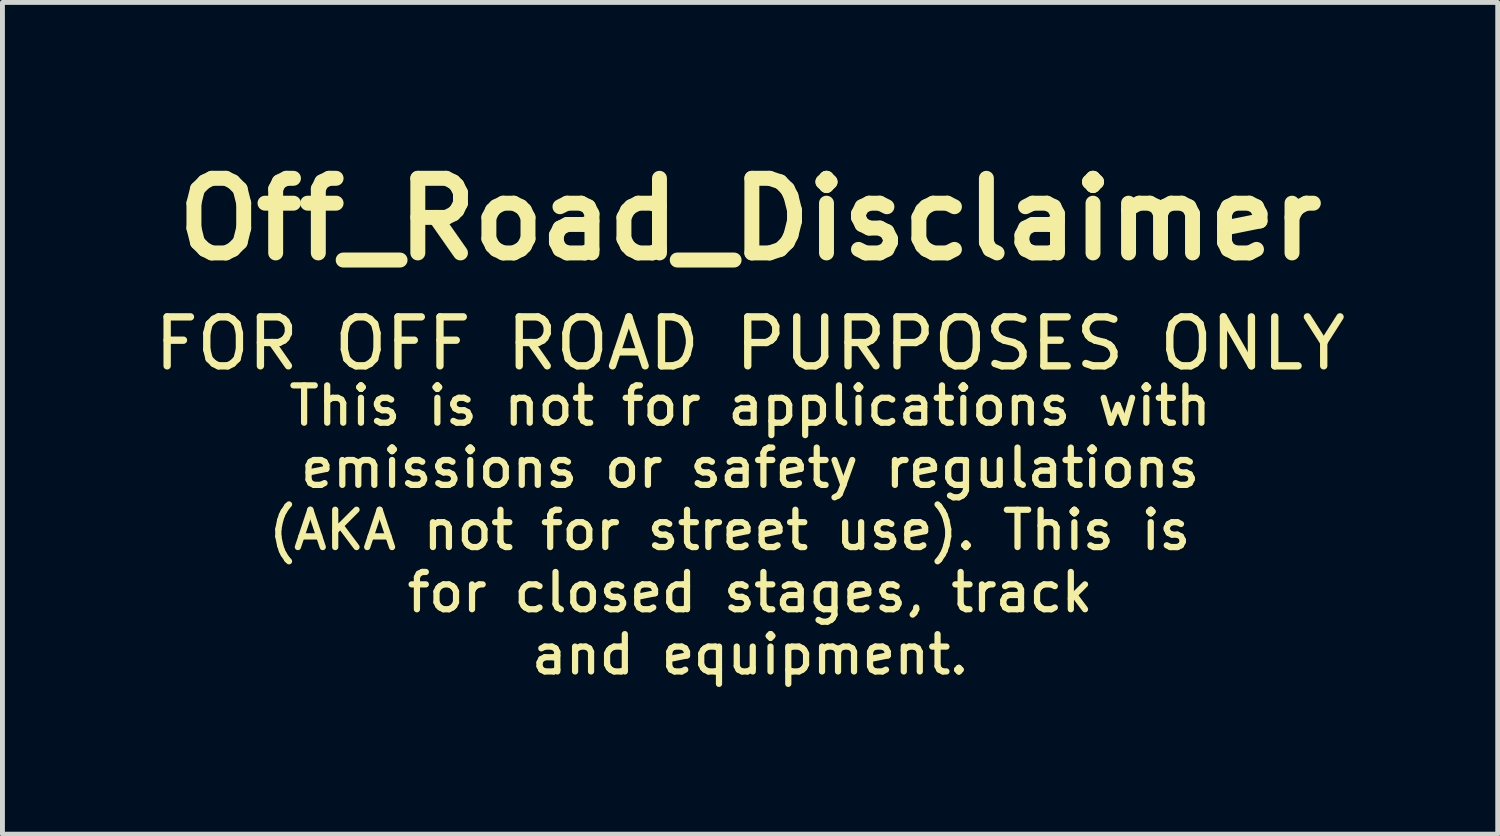
<source format=kicad_pcb>
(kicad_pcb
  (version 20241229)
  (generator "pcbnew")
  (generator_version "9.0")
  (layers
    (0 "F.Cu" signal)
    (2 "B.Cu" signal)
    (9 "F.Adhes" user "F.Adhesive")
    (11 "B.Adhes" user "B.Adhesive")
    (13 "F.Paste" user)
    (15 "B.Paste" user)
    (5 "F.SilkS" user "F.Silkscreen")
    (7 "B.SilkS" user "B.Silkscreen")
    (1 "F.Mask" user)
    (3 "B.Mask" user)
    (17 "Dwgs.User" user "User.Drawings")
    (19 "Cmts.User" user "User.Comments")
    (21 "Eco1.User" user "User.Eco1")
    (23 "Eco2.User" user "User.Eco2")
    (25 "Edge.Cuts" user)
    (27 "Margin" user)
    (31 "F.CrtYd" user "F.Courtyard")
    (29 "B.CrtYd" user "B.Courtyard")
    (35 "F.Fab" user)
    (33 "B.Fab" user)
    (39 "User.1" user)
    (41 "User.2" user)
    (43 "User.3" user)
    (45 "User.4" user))
  (footprint "Off_Road_Disclaimer"
    (layer "F.Cu")
    (at 12.268 7.141)
    (property "Reference" "Off_Road_Disclaimer" (at 0 -5.715 0) (layer "F.SilkS") (effects (font (size 1.524 1.524) (thickness 0.305))))
    (attr through_hole)
    (fp_text user "emissions or safety regulations" (at 0 -0.635 0) (layer "F.SilkS") (effects (font (size 0.762 0.762) (thickness 0.127))))
    (fp_text user "FOR OFF ROAD PURPOSES ONLY" (at 0 -3.175 0) (layer "F.SilkS") (effects (font (size 1 1) (thickness 0.15))))
    (fp_text user "and equipment." (at 0 3.175 0) (layer "F.SilkS") (effects (font (size 0.762 0.762) (thickness 0.127))))
    (fp_text user "for closed stages, track" (at 0 1.905 0) (layer "F.SilkS") (effects (font (size 0.762 0.762) (thickness 0.127))))
    (fp_text user "(AKA not for street use). This is " (at -0.127 0.635 0) (layer "F.SilkS") (effects (font (size 0.762 0.762) (thickness 0.127))))
    (fp_text user "This is not for applications with" (at 0 -1.905 0) (layer "F.SilkS") (effects (font (size 0.762 0.762) (thickness 0.127)))))
  (gr_rect
    (start -3 -3)
    (end 27.536 13.985)
    (stroke (width 0.1) (type default))
    (fill no)
    (layer "Edge.Cuts")))
</source>
